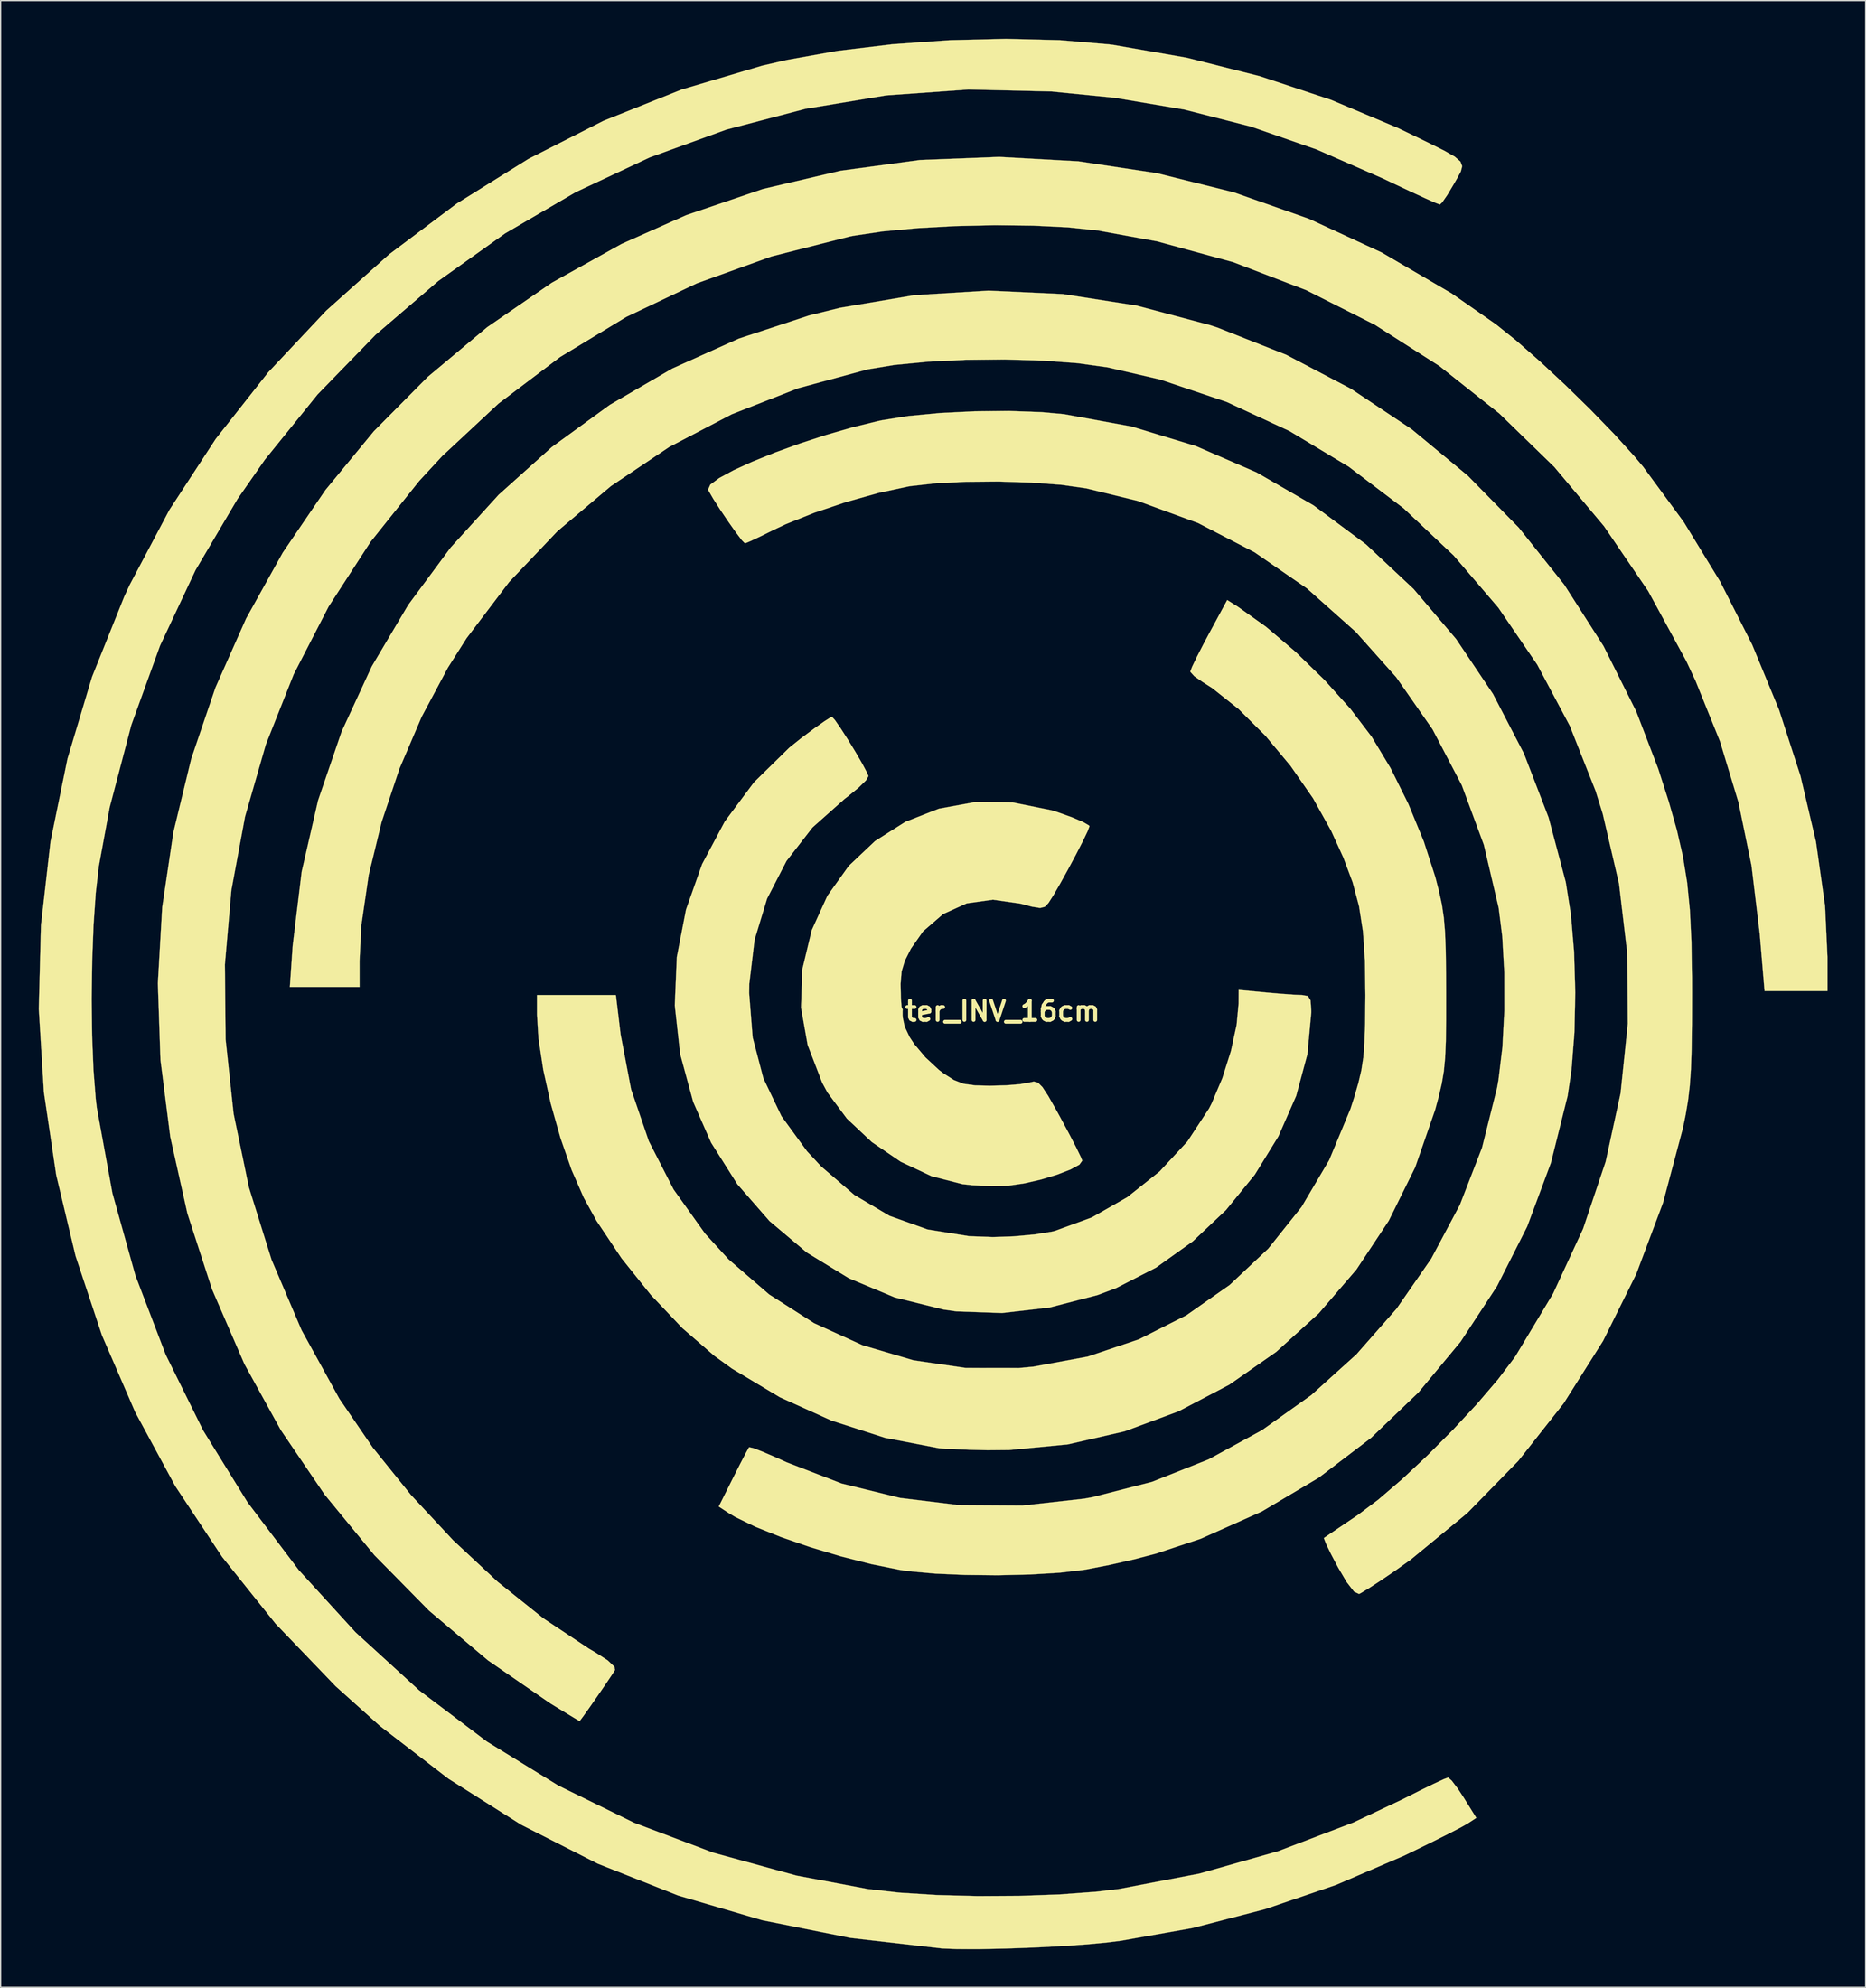
<source format=kicad_pcb>
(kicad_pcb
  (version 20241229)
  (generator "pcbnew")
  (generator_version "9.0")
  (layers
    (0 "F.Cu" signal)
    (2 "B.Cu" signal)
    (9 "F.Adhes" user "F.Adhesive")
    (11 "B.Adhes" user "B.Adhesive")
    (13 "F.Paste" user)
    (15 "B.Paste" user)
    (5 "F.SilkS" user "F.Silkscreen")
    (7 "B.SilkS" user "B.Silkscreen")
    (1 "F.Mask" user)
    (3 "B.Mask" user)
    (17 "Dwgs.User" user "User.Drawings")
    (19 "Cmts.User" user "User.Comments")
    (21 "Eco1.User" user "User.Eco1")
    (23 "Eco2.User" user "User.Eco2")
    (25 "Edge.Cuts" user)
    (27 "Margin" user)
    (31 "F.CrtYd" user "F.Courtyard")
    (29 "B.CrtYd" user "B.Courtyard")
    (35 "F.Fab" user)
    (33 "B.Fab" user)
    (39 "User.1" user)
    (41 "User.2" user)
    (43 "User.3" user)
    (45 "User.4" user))
  (footprint "Carpenter_INV_16cm"
    (layer "F.Cu")
    (at 71.932 76.552)
    (property "Reference" "Carpenter_INV_16cm" (at 0 0 0) (layer "F.SilkS") (effects (font (size 1.524 1.524) (thickness 0.3))))
    (attr through_hole)
    (fp_poly (pts (xy 4.761 -16.433) (xy 7.817 -15.816) (xy 8.266 -15.674) (xy 9.419 -15.262) (xy 10.297 -14.89) (xy 10.758 -14.619) (xy 10.795 -14.56) (xy 10.65 -14.17) (xy 10.269 -13.378) (xy 9.73 -12.33) (xy 9.112 -11.174) (xy 8.494 -10.058) (xy 7.956 -9.129) (xy 7.577 -8.537) (xy 7.555 -8.506) (xy 7.274 -8.215) (xy 6.906 -8.122) (xy 6.27 -8.224) (xy 5.356 -8.469) (xy 3.193 -8.777) (xy 1.134 -8.49) (xy -0.73 -7.647) (xy -2.308 -6.284) (xy -3.264 -4.921) (xy -3.742 -3.972) (xy -3.995 -3.137) (xy -4.077 -2.153) (xy -4.053 -1.052) (xy -3.957 0.276) (xy -3.753 1.221) (xy -3.368 2.035) (xy -3.002 2.59) (xy -2.122 3.634) (xy -1.055 4.626) (xy -0.686 4.907) (xy 0.127 5.424) (xy 0.871 5.714) (xy 1.789 5.841) (xy 2.957 5.868) (xy 4.22 5.836) (xy 5.332 5.745) (xy 6.046 5.618) (xy 6.42 5.538) (xy 6.743 5.629) (xy 7.093 5.98) (xy 7.552 6.681) (xy 8.198 7.821) (xy 8.495 8.361) (xy 9.177 9.629) (xy 9.739 10.712) (xy 10.112 11.477) (xy 10.228 11.764) (xy 9.999 12.081) (xy 9.288 12.466) (xy 8.236 12.871) (xy 6.985 13.25) (xy 5.676 13.552) (xy 4.452 13.731) (xy 4.445 13.732) (xy 3.086 13.771) (xy 1.559 13.699) (xy 0.794 13.615) (xy -1.647 12.986) (xy -4.071 11.847) (xy -6.338 10.302) (xy -8.306 8.452) (xy -9.834 6.399) (xy -10.247 5.633) (xy -11.393 2.661) (xy -11.915 -0.271) (xy -11.823 -3.203) (xy -11.805 -3.334) (xy -11.072 -6.374) (xy -9.835 -9.088) (xy -8.154 -11.44) (xy -6.091 -13.391) (xy -3.707 -14.903) (xy -1.062 -15.94) (xy 1.78 -16.462) (xy 4.761 -16.433)) (stroke (width 0.01) (type solid)) (fill yes) (layer "F.SilkS"))
    (fp_poly (pts (xy -9.252 -22.927) (xy -8.801 -22.277) (xy -8.227 -21.383) (xy -7.624 -20.398) (xy -7.089 -19.475) (xy -6.715 -18.77) (xy -6.606 -18.508) (xy -6.797 -18.175) (xy -7.391 -17.593) (xy -8.268 -16.877) (xy -8.474 -16.722) (xy -11.013 -14.463) (xy -13.06 -11.825) (xy -14.588 -8.861) (xy -15.573 -5.622) (xy -15.989 -2.161) (xy -16.001 -1.429) (xy -15.723 2.07) (xy -14.879 5.29) (xy -13.456 8.267) (xy -11.439 11.034) (xy -10.324 12.229) (xy -7.719 14.467) (xy -4.951 16.109) (xy -1.957 17.182) (xy 1.327 17.711) (xy 3.175 17.78) (xy 4.834 17.724) (xy 6.476 17.573) (xy 7.826 17.355) (xy 8.08 17.295) (xy 10.984 16.234) (xy 13.772 14.642) (xy 16.319 12.616) (xy 18.506 10.257) (xy 20.209 7.662) (xy 20.414 7.262) (xy 21.257 5.27) (xy 21.934 3.129) (xy 22.381 1.067) (xy 22.537 -0.602) (xy 22.543 -1.679) (xy 24.686 -1.477) (xy 25.897 -1.372) (xy 26.942 -1.298) (xy 27.543 -1.272) (xy 27.993 -1.194) (xy 28.201 -0.848) (xy 28.257 -0.066) (xy 28.258 0.1) (xy 27.951 3.389) (xy 27.069 6.663) (xy 25.67 9.848) (xy 23.809 12.869) (xy 21.544 15.649) (xy 18.931 18.114) (xy 16.029 20.189) (xy 12.893 21.797) (xy 11.43 22.346) (xy 7.652 23.327) (xy 3.912 23.759) (xy 0.314 23.631) (xy -0.689 23.488) (xy -4.547 22.528) (xy -8.153 21.019) (xy -11.453 19.002) (xy -14.395 16.522) (xy -16.926 13.623) (xy -18.994 10.349) (xy -20.404 7.144) (xy -21.431 3.37) (xy -21.855 -0.456) (xy -21.694 -4.267) (xy -20.97 -7.996) (xy -19.703 -11.576) (xy -17.912 -14.939) (xy -15.617 -18.018) (xy -12.838 -20.745) (xy -11.909 -21.488) (xy -10.893 -22.245) (xy -10.071 -22.826) (xy -9.569 -23.144) (xy -9.485 -23.178) (xy -9.252 -22.927)) (stroke (width 0.01) (type solid)) (fill yes) (layer "F.SilkS"))
    (fp_poly (pts (xy 22.487 -31.833) (xy 24.689 -30.264) (xy 27.011 -28.293) (xy 29.285 -26.082) (xy 31.343 -23.795) (xy 33.01 -21.604) (xy 34.493 -19.148) (xy 35.901 -16.313) (xy 37.119 -13.354) (xy 38.021 -10.566) (xy 38.321 -9.406) (xy 38.541 -8.385) (xy 38.693 -7.366) (xy 38.79 -6.212) (xy 38.844 -4.788) (xy 38.869 -2.957) (xy 38.875 -1.429) (xy 38.874 0.727) (xy 38.852 2.383) (xy 38.796 3.673) (xy 38.693 4.734) (xy 38.53 5.698) (xy 38.295 6.703) (xy 38.009 7.76) (xy 36.437 12.289) (xy 34.358 16.492) (xy 31.811 20.336) (xy 28.841 23.791) (xy 25.489 26.824) (xy 21.796 29.403) (xy 17.805 31.497) (xy 13.557 33.074) (xy 9.094 34.101) (xy 4.459 34.548) (xy 2.755 34.56) (xy 1.336 34.526) (xy 0.053 34.475) (xy -0.884 34.416) (xy -1.111 34.393) (xy -5.305 33.583) (xy -9.514 32.227) (xy -13.581 30.39) (xy -17.346 28.137) (xy -18.733 27.135) (xy -21.252 24.954) (xy -23.739 22.333) (xy -26.044 19.454) (xy -28.016 16.502) (xy -29.021 14.68) (xy -29.977 12.499) (xy -30.858 9.97) (xy -31.619 7.278) (xy -32.211 4.607) (xy -32.587 2.144) (xy -32.703 0.276) (xy -32.703 -1.27) (xy -26.492 -1.27) (xy -26.12 1.826) (xy -25.296 6.15) (xy -23.899 10.233) (xy -21.95 14.035) (xy -19.468 17.513) (xy -17.627 19.532) (xy -14.426 22.297) (xy -10.886 24.56) (xy -7.078 26.295) (xy -3.072 27.479) (xy 1.059 28.085) (xy 5.246 28.089) (xy 6.375 27.983) (xy 10.657 27.19) (xy 14.687 25.831) (xy 18.425 23.941) (xy 21.832 21.553) (xy 24.867 18.699) (xy 27.491 15.414) (xy 29.665 11.73) (xy 31.348 7.682) (xy 31.644 6.762) (xy 31.969 5.641) (xy 32.201 4.653) (xy 32.355 3.648) (xy 32.448 2.477) (xy 32.496 0.99) (xy 32.516 -0.962) (xy 32.518 -1.27) (xy 32.482 -4.002) (xy 32.327 -6.277) (xy 32.017 -8.268) (xy 31.514 -10.148) (xy 30.785 -12.09) (xy 29.83 -14.187) (xy 28.394 -16.767) (xy 26.624 -19.315) (xy 24.634 -21.698) (xy 22.539 -23.783) (xy 20.453 -25.438) (xy 19.695 -25.921) (xy 19.054 -26.364) (xy 18.739 -26.708) (xy 18.733 -26.741) (xy 18.875 -27.113) (xy 19.257 -27.906) (xy 19.813 -28.984) (xy 20.185 -29.681) (xy 21.638 -32.368) (xy 22.487 -31.833)) (stroke (width 0.01) (type solid)) (fill yes) (layer "F.SilkS"))
    (fp_poly (pts (xy 8.698 -56.452) (xy 14.509 -55.546) (xy 20.278 -54.008) (xy 20.88 -53.81) (xy 26.275 -51.676) (xy 31.382 -48.996) (xy 36.161 -45.81) (xy 40.577 -42.155) (xy 44.59 -38.067) (xy 48.164 -33.586) (xy 51.261 -28.748) (xy 53.842 -23.592) (xy 55.571 -19.086) (xy 56.398 -16.51) (xy 57.039 -14.261) (xy 57.515 -12.187) (xy 57.849 -10.138) (xy 58.065 -7.964) (xy 58.185 -5.514) (xy 58.231 -2.637) (xy 58.234 -1.429) (xy 58.227 1.046) (xy 58.201 3.006) (xy 58.147 4.573) (xy 58.057 5.867) (xy 57.924 7.008) (xy 57.739 8.117) (xy 57.516 9.207) (xy 55.947 15.088) (xy 53.846 20.68) (xy 51.232 25.951) (xy 48.129 30.868) (xy 44.557 35.399) (xy 40.537 39.51) (xy 36.092 43.168) (xy 34.829 44.068) (xy 33.725 44.818) (xy 32.787 45.428) (xy 32.16 45.807) (xy 32.018 45.878) (xy 31.627 45.692) (xy 31.043 44.937) (xy 30.37 43.793) (xy 29.816 42.743) (xy 29.423 41.933) (xy 29.256 41.501) (xy 29.259 41.465) (xy 29.553 41.264) (xy 30.253 40.789) (xy 31.24 40.122) (xy 31.909 39.671) (xy 33.526 38.457) (xy 35.396 36.854) (xy 37.395 34.983) (xy 39.401 32.969) (xy 41.292 30.934) (xy 42.946 29.003) (xy 44.24 27.297) (xy 44.343 27.146) (xy 47.296 22.234) (xy 49.662 17.122) (xy 51.434 11.851) (xy 52.609 6.458) (xy 53.179 0.985) (xy 53.14 -4.529) (xy 52.485 -10.045) (xy 51.209 -15.523) (xy 50.64 -17.35) (xy 48.613 -22.464) (xy 46.049 -27.28) (xy 42.988 -31.761) (xy 39.468 -35.875) (xy 35.529 -39.586) (xy 31.211 -42.861) (xy 26.553 -45.664) (xy 21.595 -47.963) (xy 16.377 -49.721) (xy 12.224 -50.683) (xy 9.885 -51.009) (xy 7.128 -51.216) (xy 4.128 -51.304) (xy 1.061 -51.276) (xy -1.896 -51.131) (xy -4.57 -50.873) (xy -6.668 -50.526) (xy -12.145 -49.04) (xy -17.365 -46.994) (xy -22.289 -44.418) (xy -26.879 -41.34) (xy -31.095 -37.785) (xy -34.898 -33.784) (xy -38.249 -29.362) (xy -39.721 -27.04) (xy -41.782 -23.182) (xy -43.534 -19.09) (xy -44.937 -14.895) (xy -45.952 -10.732) (xy -46.538 -6.731) (xy -46.673 -3.946) (xy -46.672 -1.905) (xy -52.161 -1.905) (xy -51.937 -5.159) (xy -51.23 -10.976) (xy -49.936 -16.601) (xy -48.087 -22.001) (xy -45.711 -27.141) (xy -42.838 -31.986) (xy -39.498 -36.502) (xy -35.719 -40.655) (xy -31.532 -44.41) (xy -26.966 -47.733) (xy -22.051 -50.589) (xy -16.816 -52.945) (xy -11.291 -54.765) (xy -8.845 -55.371) (xy -2.994 -56.365) (xy 2.859 -56.725) (xy 8.698 -56.452)) (stroke (width 0.01) (type solid)) (fill yes) (layer "F.SilkS"))
    (fp_poly (pts (xy 9.916 -66.904) (xy 16.086 -65.972) (xy 22.153 -64.46) (xy 28.075 -62.374) (xy 33.806 -59.721) (xy 39.305 -56.505) (xy 42.8 -54.066) (xy 44.389 -52.793) (xy 46.249 -51.162) (xy 48.243 -49.307) (xy 50.236 -47.357) (xy 52.093 -45.445) (xy 53.676 -43.701) (xy 54.381 -42.862) (xy 57.581 -38.51) (xy 60.456 -33.806) (xy 62.97 -28.843) (xy 65.087 -23.716) (xy 66.773 -18.518) (xy 67.992 -13.343) (xy 68.709 -8.285) (xy 68.897 -4.275) (xy 68.897 -1.587) (xy 63.945 -1.587) (xy 63.563 -6.112) (xy 62.916 -11.47) (xy 61.889 -16.457) (xy 60.437 -21.244) (xy 58.514 -26.002) (xy 57.787 -27.555) (xy 54.784 -33.071) (xy 51.311 -38.172) (xy 47.394 -42.84) (xy 43.062 -47.053) (xy 38.342 -50.792) (xy 33.261 -54.037) (xy 27.848 -56.766) (xy 22.129 -58.961) (xy 16.132 -60.601) (xy 11.43 -61.461) (xy 9.094 -61.705) (xy 6.336 -61.841) (xy 3.327 -61.873) (xy 0.238 -61.804) (xy -2.759 -61.64) (xy -5.492 -61.384) (xy -7.792 -61.041) (xy -8.072 -60.985) (xy -14.239 -59.415) (xy -20.114 -57.3) (xy -25.671 -54.656) (xy -30.883 -51.498) (xy -35.725 -47.84) (xy -40.17 -43.697) (xy -41.97 -41.751) (xy -45.813 -36.942) (xy -49.11 -31.852) (xy -51.858 -26.522) (xy -54.052 -20.997) (xy -55.689 -15.319) (xy -56.765 -9.53) (xy -57.276 -3.674) (xy -57.22 2.207) (xy -56.591 8.069) (xy -55.386 13.87) (xy -53.602 19.567) (xy -51.235 25.117) (xy -48.281 30.477) (xy -48.245 30.534) (xy -45.637 34.351) (xy -42.621 38.091) (xy -39.305 41.651) (xy -35.794 44.923) (xy -32.195 47.801) (xy -28.616 50.181) (xy -28.133 50.463) (xy -27.128 51.11) (xy -26.604 51.614) (xy -26.56 51.857) (xy -26.842 52.297) (xy -27.337 53.033) (xy -27.94 53.911) (xy -28.543 54.776) (xy -29.039 55.474) (xy -29.322 55.852) (xy -29.35 55.88) (xy -29.622 55.726) (xy -30.305 55.315) (xy -31.272 54.724) (xy -31.656 54.488) (xy -36.561 51.105) (xy -41.2 47.192) (xy -45.506 42.819) (xy -49.418 38.058) (xy -52.869 32.979) (xy -55.735 27.781) (xy -58.283 21.9) (xy -60.225 15.926) (xy -61.574 9.894) (xy -62.346 3.841) (xy -62.553 -2.197) (xy -62.209 -8.185) (xy -61.329 -14.086) (xy -59.925 -19.864) (xy -58.013 -25.483) (xy -55.605 -30.907) (xy -52.716 -36.101) (xy -49.359 -41.027) (xy -45.549 -45.651) (xy -41.299 -49.936) (xy -36.623 -53.846) (xy -31.535 -57.345) (xy -26.049 -60.397) (xy -20.947 -62.667) (xy -14.917 -64.721) (xy -8.773 -66.165) (xy -2.557 -67.007) (xy 3.688 -67.251) (xy 9.916 -66.904)) (stroke (width 0.01) (type solid)) (fill yes) (layer "F.SilkS"))
    (fp_poly (pts (xy 7.03 -47.161) (xy 8.778 -47.002) (xy 14.099 -46.027) (xy 19.169 -44.486) (xy 23.956 -42.408) (xy 28.43 -39.821) (xy 32.559 -36.755) (xy 36.311 -33.238) (xy 39.657 -29.3) (xy 42.564 -24.971) (xy 45.002 -20.278) (xy 46.939 -15.251) (xy 48.294 -10.16) (xy 48.7 -7.598) (xy 48.95 -4.631) (xy 49.043 -1.468) (xy 48.976 1.679) (xy 48.747 4.599) (xy 48.441 6.668) (xy 47.122 11.942) (xy 45.257 16.949) (xy 42.877 21.652) (xy 40.013 26.016) (xy 36.698 30.007) (xy 32.962 33.589) (xy 28.838 36.727) (xy 24.357 39.386) (xy 19.551 41.53) (xy 16.043 42.696) (xy 14.308 43.151) (xy 12.348 43.597) (xy 10.551 43.945) (xy 10.328 43.982) (xy 8.434 44.204) (xy 6.123 44.345) (xy 3.589 44.403) (xy 1.024 44.379) (xy -1.377 44.273) (xy -3.423 44.086) (xy -4.128 43.983) (xy -6.377 43.528) (xy -8.784 42.913) (xy -11.204 42.186) (xy -13.494 41.394) (xy -15.509 40.586) (xy -17.104 39.809) (xy -17.634 39.491) (xy -18.393 38.994) (xy -17.256 36.721) (xy -16.71 35.644) (xy -16.275 34.808) (xy -16.026 34.357) (xy -16.001 34.321) (xy -15.683 34.392) (xy -14.921 34.685) (xy -13.844 35.149) (xy -13.05 35.51) (xy -8.715 37.183) (xy -4.118 38.315) (xy 0.656 38.897) (xy 5.52 38.919) (xy 10.388 38.372) (xy 11.057 38.25) (xy 15.723 37.049) (xy 20.174 35.281) (xy 24.368 32.99) (xy 28.26 30.221) (xy 31.809 27.017) (xy 34.971 23.424) (xy 37.702 19.485) (xy 39.96 15.244) (xy 41.703 10.747) (xy 42.885 6.036) (xy 42.994 5.421) (xy 43.305 2.855) (xy 43.46 -0.046) (xy 43.456 -3.038) (xy 43.295 -5.88) (xy 43.011 -8.134) (xy 41.845 -13.102) (xy 40.11 -17.786) (xy 37.809 -22.184) (xy 34.943 -26.292) (xy 31.758 -29.864) (xy 27.928 -33.274) (xy 23.787 -36.131) (xy 19.343 -38.43) (xy 14.607 -40.166) (xy 10.535 -41.161) (xy 8.601 -41.435) (xy 6.246 -41.614) (xy 3.675 -41.695) (xy 1.092 -41.677) (xy -1.298 -41.558) (xy -3.291 -41.336) (xy -3.493 -41.302) (xy -5.813 -40.8) (xy -8.353 -40.086) (xy -10.869 -39.239) (xy -13.117 -38.338) (xy -14.041 -37.903) (xy -15.086 -37.388) (xy -15.892 -37.008) (xy -16.31 -36.834) (xy -16.331 -36.83) (xy -16.572 -37.072) (xy -17.046 -37.697) (xy -17.649 -38.549) (xy -18.275 -39.475) (xy -18.817 -40.32) (xy -19.171 -40.931) (xy -19.232 -41.063) (xy -19.059 -41.45) (xy -18.358 -41.969) (xy -17.216 -42.587) (xy -15.718 -43.269) (xy -13.949 -43.981) (xy -11.995 -44.69) (xy -9.942 -45.36) (xy -7.876 -45.957) (xy -5.881 -46.449) (xy -5.556 -46.519) (xy -3.478 -46.853) (xy -0.976 -47.092) (xy 1.746 -47.227) (xy 4.483 -47.253) (xy 7.03 -47.161)) (stroke (width 0.01) (type solid)) (fill yes) (layer "F.SilkS"))
    (fp_poly (pts (xy 8.475 -76.44) (xy 12.34 -76.108) (xy 12.709 -76.06) (xy 18.455 -75.058) (xy 24.218 -73.6) (xy 29.812 -71.741) (xy 35.049 -69.538) (xy 35.719 -69.217) (xy 37.475 -68.365) (xy 38.732 -67.738) (xy 39.553 -67.268) (xy 40.001 -66.884) (xy 40.14 -66.518) (xy 40.033 -66.102) (xy 39.743 -65.566) (xy 39.488 -65.124) (xy 38.97 -64.255) (xy 38.56 -63.666) (xy 38.383 -63.5) (xy 38.043 -63.63) (xy 37.236 -63.989) (xy 36.069 -64.527) (xy 34.646 -65.197) (xy 33.938 -65.535) (xy 28.676 -67.836) (xy 23.504 -69.637) (xy 18.256 -70.979) (xy 12.771 -71.906) (xy 7.802 -72.4) (xy 1.267 -72.554) (xy -5.202 -72.093) (xy -11.566 -71.036) (xy -17.787 -69.402) (xy -23.828 -67.21) (xy -29.649 -64.479) (xy -35.213 -61.229) (xy -40.481 -57.477) (xy -45.416 -53.244) (xy -49.98 -48.549) (xy -54.133 -43.41) (xy -56.281 -40.322) (xy -59.588 -34.723) (xy -62.381 -28.777) (xy -64.641 -22.535) (xy -66.348 -16.048) (xy -67.198 -11.43) (xy -67.441 -9.33) (xy -67.618 -6.772) (xy -67.725 -3.927) (xy -67.763 -0.965) (xy -67.73 1.942) (xy -67.623 4.623) (xy -67.443 6.908) (xy -67.357 7.62) (xy -66.132 14.33) (xy -64.32 20.814) (xy -61.934 27.049) (xy -58.987 33.008) (xy -55.49 38.667) (xy -51.457 44.001) (xy -46.989 48.894) (xy -41.981 53.467) (xy -36.653 57.492) (xy -31.013 60.966) (xy -25.067 63.884) (xy -18.822 66.244) (xy -12.285 68.042) (xy -6.668 69.101) (xy -4.169 69.387) (xy -1.226 69.572) (xy 1.979 69.657) (xy 5.266 69.641) (xy 8.45 69.526) (xy 11.35 69.311) (xy 13.16 69.094) (xy 19.459 67.886) (xy 25.641 66.13) (xy 31.578 63.867) (xy 35.441 62.043) (xy 36.769 61.373) (xy 37.891 60.824) (xy 38.686 60.456) (xy 39.034 60.325) (xy 39.317 60.573) (xy 39.805 61.217) (xy 40.262 61.913) (xy 41.25 63.502) (xy 40.548 63.961) (xy 40.019 64.258) (xy 39.038 64.766) (xy 37.728 65.422) (xy 36.21 66.164) (xy 35.56 66.478) (xy 30.221 68.773) (xy 24.605 70.69) (xy 18.898 72.175) (xy 13.284 73.172) (xy 12.224 73.305) (xy 10.568 73.462) (xy 8.567 73.6) (xy 6.386 73.712) (xy 4.19 73.792) (xy 2.141 73.834) (xy 0.406 73.832) (xy -0.794 73.785) (xy -8.035 72.949) (xy -14.967 71.558) (xy -21.593 69.612) (xy -27.917 67.108) (xy -33.94 64.046) (xy -39.665 60.425) (xy -45.094 56.244) (xy -48.56 53.136) (xy -53.282 48.219) (xy -57.49 42.959) (xy -61.176 37.396) (xy -64.333 31.567) (xy -66.954 25.514) (xy -69.031 19.274) (xy -70.557 12.887) (xy -71.525 6.393) (xy -71.927 -0.17) (xy -71.757 -6.762) (xy -71.006 -13.343) (xy -69.667 -19.876) (xy -67.734 -26.319) (xy -65.198 -32.635) (xy -64.766 -33.567) (xy -61.639 -39.469) (xy -57.992 -45.054) (xy -53.866 -50.289) (xy -49.301 -55.143) (xy -44.338 -59.583) (xy -39.018 -63.576) (xy -33.382 -67.089) (xy -27.469 -70.091) (xy -21.322 -72.549) (xy -14.98 -74.43) (xy -13.005 -74.886) (xy -9.032 -75.598) (xy -4.715 -76.118) (xy -0.236 -76.437) (xy 4.222 -76.547) (xy 8.475 -76.44)) (stroke (width 0.01) (type solid)) (fill yes) (layer "F.SilkS")))
  (gr_rect
    (start -3 -3)
    (end 143.835 153.392)
    (stroke (width 0.1) (type default))
    (fill no)
    (layer "Edge.Cuts")))
</source>
